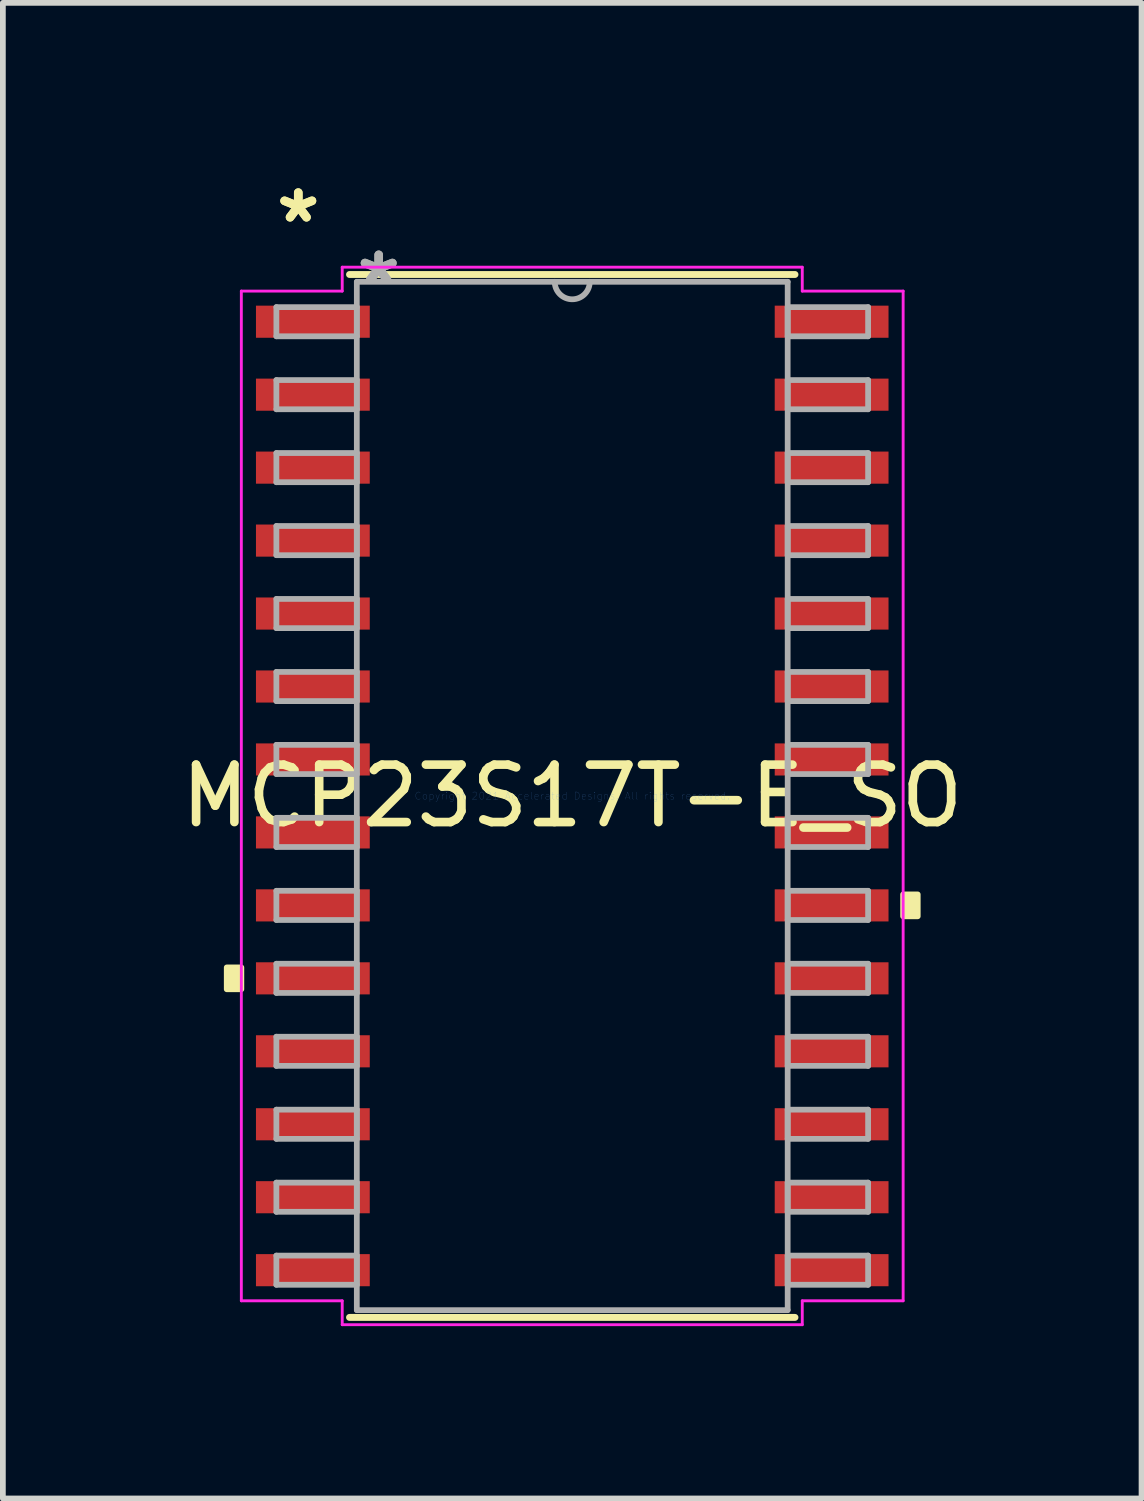
<source format=kicad_pcb>
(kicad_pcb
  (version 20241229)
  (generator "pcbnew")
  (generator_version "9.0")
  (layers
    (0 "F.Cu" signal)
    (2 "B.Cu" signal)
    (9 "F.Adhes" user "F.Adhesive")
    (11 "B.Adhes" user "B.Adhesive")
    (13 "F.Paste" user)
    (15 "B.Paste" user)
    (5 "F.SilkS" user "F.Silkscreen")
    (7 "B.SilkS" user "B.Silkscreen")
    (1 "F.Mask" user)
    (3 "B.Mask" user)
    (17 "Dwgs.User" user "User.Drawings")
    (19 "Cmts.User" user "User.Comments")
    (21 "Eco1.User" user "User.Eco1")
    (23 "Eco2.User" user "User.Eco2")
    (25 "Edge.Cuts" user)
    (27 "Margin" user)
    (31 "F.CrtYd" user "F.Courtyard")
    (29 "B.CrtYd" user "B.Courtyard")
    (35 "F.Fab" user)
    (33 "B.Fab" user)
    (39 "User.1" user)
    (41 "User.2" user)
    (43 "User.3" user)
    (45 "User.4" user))
  (footprint "MCP23S17T-E_SO"
    (layer "F.Cu")
    (at 6.911 10.805)
    (property "Reference" "MCP23S17T-E_SO" (at 0 0 0) (layer "F.SilkS") (effects (font (size 1 1) (thickness 0.15))))
    (attr through_hole)
    (fp_line (start -3.877 9.077) (end 3.877 9.077) (stroke (width 0.12) (type solid)) (layer "F.SilkS"))
    (fp_line (start 3.877 -9.077) (end -3.877 -9.077) (stroke (width 0.12) (type solid)) (layer "F.SilkS"))
    (fp_poly (pts (xy -6.014 2.985) (xy -6.014 3.365) (xy -5.76 3.365) (xy -5.76 2.985)) (stroke (width 0.1) (type solid)) (fill yes) (layer "F.SilkS"))
    (fp_poly (pts (xy 6.014 1.714) (xy 6.014 2.095) (xy 5.76 2.095) (xy 5.76 1.714)) (stroke (width 0.1) (type solid)) (fill yes) (layer "F.SilkS"))
    (fp_line (start -5.76 -8.788) (end -4.004 -8.788) (stroke (width 0.05) (type solid)) (layer "F.CrtYd"))
    (fp_line (start -5.76 8.788) (end -5.76 -8.788) (stroke (width 0.05) (type solid)) (layer "F.CrtYd"))
    (fp_line (start -5.76 8.788) (end -4.004 8.788) (stroke (width 0.05) (type solid)) (layer "F.CrtYd"))
    (fp_line (start -4.004 -9.204) (end 4.004 -9.204) (stroke (width 0.05) (type solid)) (layer "F.CrtYd"))
    (fp_line (start -4.004 -8.788) (end -4.004 -9.204) (stroke (width 0.05) (type solid)) (layer "F.CrtYd"))
    (fp_line (start -4.004 9.204) (end -4.004 8.788) (stroke (width 0.05) (type solid)) (layer "F.CrtYd"))
    (fp_line (start 4.004 -9.204) (end 4.004 -8.788) (stroke (width 0.05) (type solid)) (layer "F.CrtYd"))
    (fp_line (start 4.004 8.788) (end 4.004 9.204) (stroke (width 0.05) (type solid)) (layer "F.CrtYd"))
    (fp_line (start 4.004 9.204) (end -4.004 9.204) (stroke (width 0.05) (type solid)) (layer "F.CrtYd"))
    (fp_line (start 5.76 -8.788) (end 4.004 -8.788) (stroke (width 0.05) (type solid)) (layer "F.CrtYd"))
    (fp_line (start 5.76 -8.788) (end 5.76 8.788) (stroke (width 0.05) (type solid)) (layer "F.CrtYd"))
    (fp_line (start 5.76 8.788) (end 4.004 8.788) (stroke (width 0.05) (type solid)) (layer "F.CrtYd"))
    (fp_line (start -5.15 -8.509) (end -5.15 -8.001) (stroke (width 0.1) (type solid)) (layer "F.Fab"))
    (fp_line (start -5.15 -8.001) (end -3.75 -8.001) (stroke (width 0.1) (type solid)) (layer "F.Fab"))
    (fp_line (start -5.15 -7.239) (end -5.15 -6.731) (stroke (width 0.1) (type solid)) (layer "F.Fab"))
    (fp_line (start -5.15 -6.731) (end -3.75 -6.731) (stroke (width 0.1) (type solid)) (layer "F.Fab"))
    (fp_line (start -5.15 -5.969) (end -5.15 -5.461) (stroke (width 0.1) (type solid)) (layer "F.Fab"))
    (fp_line (start -5.15 -5.461) (end -3.75 -5.461) (stroke (width 0.1) (type solid)) (layer "F.Fab"))
    (fp_line (start -5.15 -4.699) (end -5.15 -4.191) (stroke (width 0.1) (type solid)) (layer "F.Fab"))
    (fp_line (start -5.15 -4.191) (end -3.75 -4.191) (stroke (width 0.1) (type solid)) (layer "F.Fab"))
    (fp_line (start -5.15 -3.429) (end -5.15 -2.921) (stroke (width 0.1) (type solid)) (layer "F.Fab"))
    (fp_line (start -5.15 -2.921) (end -3.75 -2.921) (stroke (width 0.1) (type solid)) (layer "F.Fab"))
    (fp_line (start -5.15 -2.159) (end -5.15 -1.651) (stroke (width 0.1) (type solid)) (layer "F.Fab"))
    (fp_line (start -5.15 -1.651) (end -3.75 -1.651) (stroke (width 0.1) (type solid)) (layer "F.Fab"))
    (fp_line (start -5.15 -0.889) (end -5.15 -0.381) (stroke (width 0.1) (type solid)) (layer "F.Fab"))
    (fp_line (start -5.15 -0.381) (end -3.75 -0.381) (stroke (width 0.1) (type solid)) (layer "F.Fab"))
    (fp_line (start -5.15 0.381) (end -5.15 0.889) (stroke (width 0.1) (type solid)) (layer "F.Fab"))
    (fp_line (start -5.15 0.889) (end -3.75 0.889) (stroke (width 0.1) (type solid)) (layer "F.Fab"))
    (fp_line (start -5.15 1.651) (end -5.15 2.159) (stroke (width 0.1) (type solid)) (layer "F.Fab"))
    (fp_line (start -5.15 2.159) (end -3.75 2.159) (stroke (width 0.1) (type solid)) (layer "F.Fab"))
    (fp_line (start -5.15 2.921) (end -5.15 3.429) (stroke (width 0.1) (type solid)) (layer "F.Fab"))
    (fp_line (start -5.15 3.429) (end -3.75 3.429) (stroke (width 0.1) (type solid)) (layer "F.Fab"))
    (fp_line (start -5.15 4.191) (end -5.15 4.699) (stroke (width 0.1) (type solid)) (layer "F.Fab"))
    (fp_line (start -5.15 4.699) (end -3.75 4.699) (stroke (width 0.1) (type solid)) (layer "F.Fab"))
    (fp_line (start -5.15 5.461) (end -5.15 5.969) (stroke (width 0.1) (type solid)) (layer "F.Fab"))
    (fp_line (start -5.15 5.969) (end -3.75 5.969) (stroke (width 0.1) (type solid)) (layer "F.Fab"))
    (fp_line (start -5.15 6.731) (end -5.15 7.239) (stroke (width 0.1) (type solid)) (layer "F.Fab"))
    (fp_line (start -5.15 7.239) (end -3.75 7.239) (stroke (width 0.1) (type solid)) (layer "F.Fab"))
    (fp_line (start -5.15 8.001) (end -5.15 8.509) (stroke (width 0.1) (type solid)) (layer "F.Fab"))
    (fp_line (start -5.15 8.509) (end -3.75 8.509) (stroke (width 0.1) (type solid)) (layer "F.Fab"))
    (fp_line (start -3.75 -8.95) (end -3.75 8.95) (stroke (width 0.1) (type solid)) (layer "F.Fab"))
    (fp_line (start -3.75 -8.509) (end -5.15 -8.509) (stroke (width 0.1) (type solid)) (layer "F.Fab"))
    (fp_line (start -3.75 -8.001) (end -3.75 -8.509) (stroke (width 0.1) (type solid)) (layer "F.Fab"))
    (fp_line (start -3.75 -7.239) (end -5.15 -7.239) (stroke (width 0.1) (type solid)) (layer "F.Fab"))
    (fp_line (start -3.75 -6.731) (end -3.75 -7.239) (stroke (width 0.1) (type solid)) (layer "F.Fab"))
    (fp_line (start -3.75 -5.969) (end -5.15 -5.969) (stroke (width 0.1) (type solid)) (layer "F.Fab"))
    (fp_line (start -3.75 -5.461) (end -3.75 -5.969) (stroke (width 0.1) (type solid)) (layer "F.Fab"))
    (fp_line (start -3.75 -4.699) (end -5.15 -4.699) (stroke (width 0.1) (type solid)) (layer "F.Fab"))
    (fp_line (start -3.75 -4.191) (end -3.75 -4.699) (stroke (width 0.1) (type solid)) (layer "F.Fab"))
    (fp_line (start -3.75 -3.429) (end -5.15 -3.429) (stroke (width 0.1) (type solid)) (layer "F.Fab"))
    (fp_line (start -3.75 -2.921) (end -3.75 -3.429) (stroke (width 0.1) (type solid)) (layer "F.Fab"))
    (fp_line (start -3.75 -2.159) (end -5.15 -2.159) (stroke (width 0.1) (type solid)) (layer "F.Fab"))
    (fp_line (start -3.75 -1.651) (end -3.75 -2.159) (stroke (width 0.1) (type solid)) (layer "F.Fab"))
    (fp_line (start -3.75 -0.889) (end -5.15 -0.889) (stroke (width 0.1) (type solid)) (layer "F.Fab"))
    (fp_line (start -3.75 -0.381) (end -3.75 -0.889) (stroke (width 0.1) (type solid)) (layer "F.Fab"))
    (fp_line (start -3.75 0.381) (end -5.15 0.381) (stroke (width 0.1) (type solid)) (layer "F.Fab"))
    (fp_line (start -3.75 0.889) (end -3.75 0.381) (stroke (width 0.1) (type solid)) (layer "F.Fab"))
    (fp_line (start -3.75 1.651) (end -5.15 1.651) (stroke (width 0.1) (type solid)) (layer "F.Fab"))
    (fp_line (start -3.75 2.159) (end -3.75 1.651) (stroke (width 0.1) (type solid)) (layer "F.Fab"))
    (fp_line (start -3.75 2.921) (end -5.15 2.921) (stroke (width 0.1) (type solid)) (layer "F.Fab"))
    (fp_line (start -3.75 3.429) (end -3.75 2.921) (stroke (width 0.1) (type solid)) (layer "F.Fab"))
    (fp_line (start -3.75 4.191) (end -5.15 4.191) (stroke (width 0.1) (type solid)) (layer "F.Fab"))
    (fp_line (start -3.75 4.699) (end -3.75 4.191) (stroke (width 0.1) (type solid)) (layer "F.Fab"))
    (fp_line (start -3.75 5.461) (end -5.15 5.461) (stroke (width 0.1) (type solid)) (layer "F.Fab"))
    (fp_line (start -3.75 5.969) (end -3.75 5.461) (stroke (width 0.1) (type solid)) (layer "F.Fab"))
    (fp_line (start -3.75 6.731) (end -5.15 6.731) (stroke (width 0.1) (type solid)) (layer "F.Fab"))
    (fp_line (start -3.75 7.239) (end -3.75 6.731) (stroke (width 0.1) (type solid)) (layer "F.Fab"))
    (fp_line (start -3.75 8.001) (end -5.15 8.001) (stroke (width 0.1) (type solid)) (layer "F.Fab"))
    (fp_line (start -3.75 8.509) (end -3.75 8.001) (stroke (width 0.1) (type solid)) (layer "F.Fab"))
    (fp_line (start -3.75 8.95) (end 3.75 8.95) (stroke (width 0.1) (type solid)) (layer "F.Fab"))
    (fp_line (start 3.75 -8.95) (end -3.75 -8.95) (stroke (width 0.1) (type solid)) (layer "F.Fab"))
    (fp_line (start 3.75 -8.509) (end 3.75 -8.001) (stroke (width 0.1) (type solid)) (layer "F.Fab"))
    (fp_line (start 3.75 -8.001) (end 5.15 -8.001) (stroke (width 0.1) (type solid)) (layer "F.Fab"))
    (fp_line (start 3.75 -7.239) (end 3.75 -6.731) (stroke (width 0.1) (type solid)) (layer "F.Fab"))
    (fp_line (start 3.75 -6.731) (end 5.15 -6.731) (stroke (width 0.1) (type solid)) (layer "F.Fab"))
    (fp_line (start 3.75 -5.969) (end 3.75 -5.461) (stroke (width 0.1) (type solid)) (layer "F.Fab"))
    (fp_line (start 3.75 -5.461) (end 5.15 -5.461) (stroke (width 0.1) (type solid)) (layer "F.Fab"))
    (fp_line (start 3.75 -4.699) (end 3.75 -4.191) (stroke (width 0.1) (type solid)) (layer "F.Fab"))
    (fp_line (start 3.75 -4.191) (end 5.15 -4.191) (stroke (width 0.1) (type solid)) (layer "F.Fab"))
    (fp_line (start 3.75 -3.429) (end 3.75 -2.921) (stroke (width 0.1) (type solid)) (layer "F.Fab"))
    (fp_line (start 3.75 -2.921) (end 5.15 -2.921) (stroke (width 0.1) (type solid)) (layer "F.Fab"))
    (fp_line (start 3.75 -2.159) (end 3.75 -1.651) (stroke (width 0.1) (type solid)) (layer "F.Fab"))
    (fp_line (start 3.75 -1.651) (end 5.15 -1.651) (stroke (width 0.1) (type solid)) (layer "F.Fab"))
    (fp_line (start 3.75 -0.889) (end 3.75 -0.381) (stroke (width 0.1) (type solid)) (layer "F.Fab"))
    (fp_line (start 3.75 -0.381) (end 5.15 -0.381) (stroke (width 0.1) (type solid)) (layer "F.Fab"))
    (fp_line (start 3.75 0.381) (end 3.75 0.889) (stroke (width 0.1) (type solid)) (layer "F.Fab"))
    (fp_line (start 3.75 0.889) (end 5.15 0.889) (stroke (width 0.1) (type solid)) (layer "F.Fab"))
    (fp_line (start 3.75 1.651) (end 3.75 2.159) (stroke (width 0.1) (type solid)) (layer "F.Fab"))
    (fp_line (start 3.75 2.159) (end 5.15 2.159) (stroke (width 0.1) (type solid)) (layer "F.Fab"))
    (fp_line (start 3.75 2.921) (end 3.75 3.429) (stroke (width 0.1) (type solid)) (layer "F.Fab"))
    (fp_line (start 3.75 3.429) (end 5.15 3.429) (stroke (width 0.1) (type solid)) (layer "F.Fab"))
    (fp_line (start 3.75 4.191) (end 3.75 4.699) (stroke (width 0.1) (type solid)) (layer "F.Fab"))
    (fp_line (start 3.75 4.699) (end 5.15 4.699) (stroke (width 0.1) (type solid)) (layer "F.Fab"))
    (fp_line (start 3.75 5.461) (end 3.75 5.969) (stroke (width 0.1) (type solid)) (layer "F.Fab"))
    (fp_line (start 3.75 5.969) (end 5.15 5.969) (stroke (width 0.1) (type solid)) (layer "F.Fab"))
    (fp_line (start 3.75 6.731) (end 3.75 7.239) (stroke (width 0.1) (type solid)) (layer "F.Fab"))
    (fp_line (start 3.75 7.239) (end 5.15 7.239) (stroke (width 0.1) (type solid)) (layer "F.Fab"))
    (fp_line (start 3.75 8.001) (end 3.75 8.509) (stroke (width 0.1) (type solid)) (layer "F.Fab"))
    (fp_line (start 3.75 8.509) (end 5.15 8.509) (stroke (width 0.1) (type solid)) (layer "F.Fab"))
    (fp_line (start 3.75 8.95) (end 3.75 -8.95) (stroke (width 0.1) (type solid)) (layer "F.Fab"))
    (fp_line (start 5.15 -8.509) (end 3.75 -8.509) (stroke (width 0.1) (type solid)) (layer "F.Fab"))
    (fp_line (start 5.15 -8.001) (end 5.15 -8.509) (stroke (width 0.1) (type solid)) (layer "F.Fab"))
    (fp_line (start 5.15 -7.239) (end 3.75 -7.239) (stroke (width 0.1) (type solid)) (layer "F.Fab"))
    (fp_line (start 5.15 -6.731) (end 5.15 -7.239) (stroke (width 0.1) (type solid)) (layer "F.Fab"))
    (fp_line (start 5.15 -5.969) (end 3.75 -5.969) (stroke (width 0.1) (type solid)) (layer "F.Fab"))
    (fp_line (start 5.15 -5.461) (end 5.15 -5.969) (stroke (width 0.1) (type solid)) (layer "F.Fab"))
    (fp_line (start 5.15 -4.699) (end 3.75 -4.699) (stroke (width 0.1) (type solid)) (layer "F.Fab"))
    (fp_line (start 5.15 -4.191) (end 5.15 -4.699) (stroke (width 0.1) (type solid)) (layer "F.Fab"))
    (fp_line (start 5.15 -3.429) (end 3.75 -3.429) (stroke (width 0.1) (type solid)) (layer "F.Fab"))
    (fp_line (start 5.15 -2.921) (end 5.15 -3.429) (stroke (width 0.1) (type solid)) (layer "F.Fab"))
    (fp_line (start 5.15 -2.159) (end 3.75 -2.159) (stroke (width 0.1) (type solid)) (layer "F.Fab"))
    (fp_line (start 5.15 -1.651) (end 5.15 -2.159) (stroke (width 0.1) (type solid)) (layer "F.Fab"))
    (fp_line (start 5.15 -0.889) (end 3.75 -0.889) (stroke (width 0.1) (type solid)) (layer "F.Fab"))
    (fp_line (start 5.15 -0.381) (end 5.15 -0.889) (stroke (width 0.1) (type solid)) (layer "F.Fab"))
    (fp_line (start 5.15 0.381) (end 3.75 0.381) (stroke (width 0.1) (type solid)) (layer "F.Fab"))
    (fp_line (start 5.15 0.889) (end 5.15 0.381) (stroke (width 0.1) (type solid)) (layer "F.Fab"))
    (fp_line (start 5.15 1.651) (end 3.75 1.651) (stroke (width 0.1) (type solid)) (layer "F.Fab"))
    (fp_line (start 5.15 2.159) (end 5.15 1.651) (stroke (width 0.1) (type solid)) (layer "F.Fab"))
    (fp_line (start 5.15 2.921) (end 3.75 2.921) (stroke (width 0.1) (type solid)) (layer "F.Fab"))
    (fp_line (start 5.15 3.429) (end 5.15 2.921) (stroke (width 0.1) (type solid)) (layer "F.Fab"))
    (fp_line (start 5.15 4.191) (end 3.75 4.191) (stroke (width 0.1) (type solid)) (layer "F.Fab"))
    (fp_line (start 5.15 4.699) (end 5.15 4.191) (stroke (width 0.1) (type solid)) (layer "F.Fab"))
    (fp_line (start 5.15 5.461) (end 3.75 5.461) (stroke (width 0.1) (type solid)) (layer "F.Fab"))
    (fp_line (start 5.15 5.969) (end 5.15 5.461) (stroke (width 0.1) (type solid)) (layer "F.Fab"))
    (fp_line (start 5.15 6.731) (end 3.75 6.731) (stroke (width 0.1) (type solid)) (layer "F.Fab"))
    (fp_line (start 5.15 7.239) (end 5.15 6.731) (stroke (width 0.1) (type solid)) (layer "F.Fab"))
    (fp_line (start 5.15 8.001) (end 3.75 8.001) (stroke (width 0.1) (type solid)) (layer "F.Fab"))
    (fp_line (start 5.15 8.509) (end 5.15 8.001) (stroke (width 0.1) (type solid)) (layer "F.Fab"))
    (fp_arc (start 0.3048 -8.95) (mid 0 -8.6452) (end -0.3048 -8.95) (stroke (width 0.1) (type solid)) (layer "F.Fab"))
    (fp_text user "*" (at -4.769 -9.957 0) (layer "F.SilkS") (effects (font (size 1 1) (thickness 0.15))))
    (fp_text user "*" (at -4.769 -9.957 0) (layer "F.SilkS") (effects (font (size 1 1) (thickness 0.15))))
    (fp_text user "Copyright 2021 Accelerated Designs. All rights reserved." (at 0 0 0) (layer "Cmts.User") (effects (font (size 0.127 0.127) (thickness 0.002))))
    (fp_text user "*" (at -3.369 -8.874 0) (layer "F.Fab") (effects (font (size 1 1) (thickness 0.15))))
    (fp_text user "*" (at -3.369 -8.874 0) (layer "F.Fab") (effects (font (size 1 1) (thickness 0.15))))
    (pad "1" smd rect (at -4.515 -8.255) (size 1.981 0.559) (layers "F.Cu" "F.Mask" "F.Paste"))
    (pad "2" smd rect (at -4.515 -6.985) (size 1.981 0.559) (layers "F.Cu" "F.Mask" "F.Paste"))
    (pad "3" smd rect (at -4.515 -5.715) (size 1.981 0.559) (layers "F.Cu" "F.Mask" "F.Paste"))
    (pad "4" smd rect (at -4.515 -4.445) (size 1.981 0.559) (layers "F.Cu" "F.Mask" "F.Paste"))
    (pad "5" smd rect (at -4.515 -3.175) (size 1.981 0.559) (layers "F.Cu" "F.Mask" "F.Paste"))
    (pad "6" smd rect (at -4.515 -1.905) (size 1.981 0.559) (layers "F.Cu" "F.Mask" "F.Paste"))
    (pad "7" smd rect (at -4.515 -0.635) (size 1.981 0.559) (layers "F.Cu" "F.Mask" "F.Paste"))
    (pad "8" smd rect (at -4.515 0.635) (size 1.981 0.559) (layers "F.Cu" "F.Mask" "F.Paste"))
    (pad "9" smd rect (at -4.515 1.905) (size 1.981 0.559) (layers "F.Cu" "F.Mask" "F.Paste"))
    (pad "10" smd rect (at -4.515 3.175) (size 1.981 0.559) (layers "F.Cu" "F.Mask" "F.Paste"))
    (pad "11" smd rect (at -4.515 4.445) (size 1.981 0.559) (layers "F.Cu" "F.Mask" "F.Paste"))
    (pad "12" smd rect (at -4.515 5.715) (size 1.981 0.559) (layers "F.Cu" "F.Mask" "F.Paste"))
    (pad "13" smd rect (at -4.515 6.985) (size 1.981 0.559) (layers "F.Cu" "F.Mask" "F.Paste"))
    (pad "14" smd rect (at -4.515 8.255) (size 1.981 0.559) (layers "F.Cu" "F.Mask" "F.Paste"))
    (pad "15" smd rect (at 4.515 8.255) (size 1.981 0.559) (layers "F.Cu" "F.Mask" "F.Paste"))
    (pad "16" smd rect (at 4.515 6.985) (size 1.981 0.559) (layers "F.Cu" "F.Mask" "F.Paste"))
    (pad "17" smd rect (at 4.515 5.715) (size 1.981 0.559) (layers "F.Cu" "F.Mask" "F.Paste"))
    (pad "18" smd rect (at 4.515 4.445) (size 1.981 0.559) (layers "F.Cu" "F.Mask" "F.Paste"))
    (pad "19" smd rect (at 4.515 3.175) (size 1.981 0.559) (layers "F.Cu" "F.Mask" "F.Paste"))
    (pad "20" smd rect (at 4.515 1.905) (size 1.981 0.559) (layers "F.Cu" "F.Mask" "F.Paste"))
    (pad "21" smd rect (at 4.515 0.635) (size 1.981 0.559) (layers "F.Cu" "F.Mask" "F.Paste"))
    (pad "22" smd rect (at 4.515 -0.635) (size 1.981 0.559) (layers "F.Cu" "F.Mask" "F.Paste"))
    (pad "23" smd rect (at 4.515 -1.905) (size 1.981 0.559) (layers "F.Cu" "F.Mask" "F.Paste"))
    (pad "24" smd rect (at 4.515 -3.175) (size 1.981 0.559) (layers "F.Cu" "F.Mask" "F.Paste"))
    (pad "25" smd rect (at 4.515 -4.445) (size 1.981 0.559) (layers "F.Cu" "F.Mask" "F.Paste"))
    (pad "26" smd rect (at 4.515 -5.715) (size 1.981 0.559) (layers "F.Cu" "F.Mask" "F.Paste"))
    (pad "27" smd rect (at 4.515 -6.985) (size 1.981 0.559) (layers "F.Cu" "F.Mask" "F.Paste"))
    (pad "28" smd rect (at 4.515 -8.255) (size 1.981 0.559) (layers "F.Cu" "F.Mask" "F.Paste")))
  (gr_rect
    (start -3 -3)
    (end 16.821 23.034)
    (stroke (width 0.1) (type default))
    (fill no)
    (layer "Edge.Cuts")))
</source>
